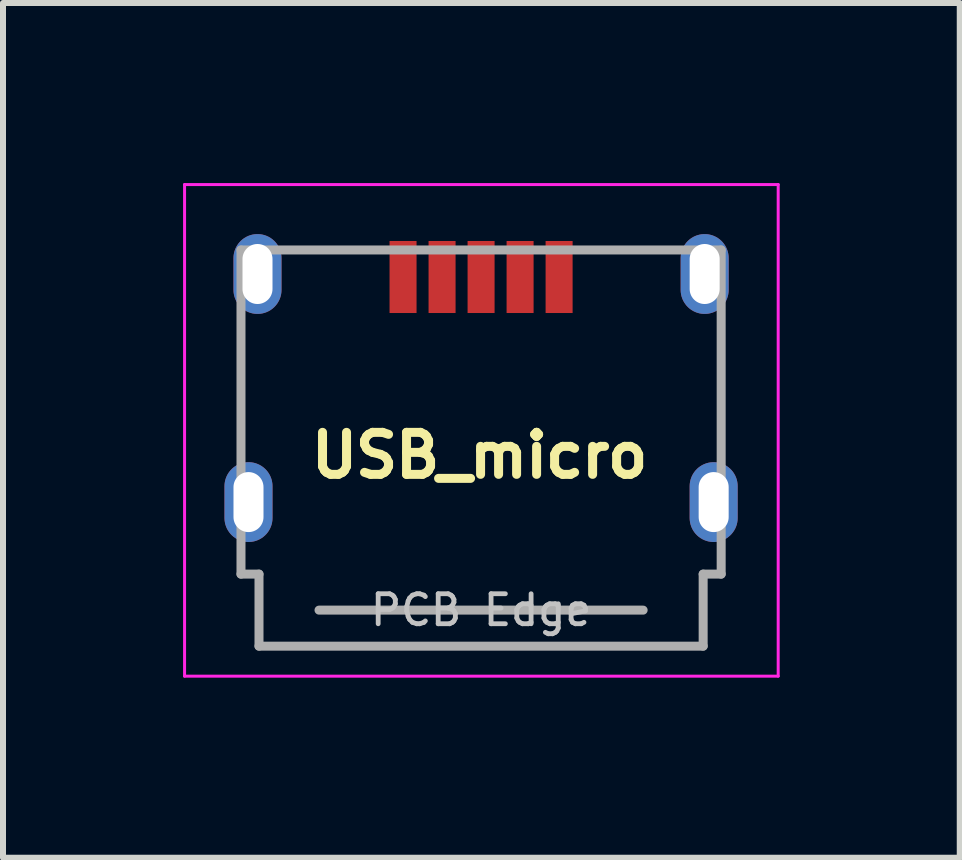
<source format=kicad_pcb>
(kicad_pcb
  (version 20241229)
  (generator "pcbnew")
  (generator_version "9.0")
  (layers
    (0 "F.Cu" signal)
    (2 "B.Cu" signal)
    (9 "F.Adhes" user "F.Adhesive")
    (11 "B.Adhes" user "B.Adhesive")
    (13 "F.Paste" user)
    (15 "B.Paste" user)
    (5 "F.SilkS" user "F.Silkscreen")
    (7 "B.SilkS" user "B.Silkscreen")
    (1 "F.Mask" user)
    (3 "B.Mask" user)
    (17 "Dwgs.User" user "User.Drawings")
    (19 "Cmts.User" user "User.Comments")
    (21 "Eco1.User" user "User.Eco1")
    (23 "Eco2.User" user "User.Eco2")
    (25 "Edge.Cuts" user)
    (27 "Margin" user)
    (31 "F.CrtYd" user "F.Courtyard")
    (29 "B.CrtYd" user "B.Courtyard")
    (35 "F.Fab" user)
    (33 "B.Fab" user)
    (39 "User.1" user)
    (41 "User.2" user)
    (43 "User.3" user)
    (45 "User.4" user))
  (footprint "USB_micro"
    (layer "F.Cu")
    (at 4.965 6.975)
    (property "Reference" "USB_micro" (at -0.025 -2.438 0) (layer "F.SilkS") (effects (font (size 0.7 0.7) (thickness 0.15))))
    (attr smd)
    (fp_line (start -4.94 -6.95) (end -4.94 1.24) (stroke (width 0.05) (type solid)) (layer "F.CrtYd"))
    (fp_line (start -4.94 1.24) (end 4.95 1.24) (stroke (width 0.05) (type solid)) (layer "F.CrtYd"))
    (fp_line (start 4.95 -6.95) (end -4.94 -6.95) (stroke (width 0.05) (type solid)) (layer "F.CrtYd"))
    (fp_line (start 4.95 1.24) (end 4.95 -6.95) (stroke (width 0.05) (type solid)) (layer "F.CrtYd"))
    (fp_line (start -4 -5.86) (end -4 -0.46) (stroke (width 0.15) (type solid)) (layer "F.Fab"))
    (fp_line (start -4 -0.46) (end -3.7 -0.46) (stroke (width 0.15) (type solid)) (layer "F.Fab"))
    (fp_line (start -3.7 -0.46) (end -3.7 0.74) (stroke (width 0.15) (type solid)) (layer "F.Fab"))
    (fp_line (start -3.7 0.74) (end 3.7 0.74) (stroke (width 0.15) (type solid)) (layer "F.Fab"))
    (fp_line (start -2.7 0.14) (end 2.7 0.14) (stroke (width 0.15) (type solid)) (layer "F.Fab"))
    (fp_line (start 3.7 -0.46) (end 4 -0.46) (stroke (width 0.15) (type solid)) (layer "F.Fab"))
    (fp_line (start 3.7 0.74) (end 3.7 -0.46) (stroke (width 0.15) (type solid)) (layer "F.Fab"))
    (fp_line (start 4 -5.86) (end -4 -5.86) (stroke (width 0.15) (type solid)) (layer "F.Fab"))
    (fp_line (start 4 -0.46) (end 4 -5.86) (stroke (width 0.15) (type solid)) (layer "F.Fab"))
    (fp_text user "PCB Edge" (at 0 0.14 0) (layer "Dwgs.User") (effects (font (size 0.5 0.5) (thickness 0.08))))
    (pad "" thru_hole oval (at -3.875 -1.66) (size 0.8 1.33) (drill oval 0.5 1) (layers "*.Cu" "*.Mask"))
    (pad "" thru_hole oval (at 3.725 -5.46) (size 0.8 1.33) (drill oval 0.5 1) (layers "*.Cu" "*.Mask"))
    (pad "" thru_hole oval (at 3.875 -1.66) (size 0.8 1.33) (drill oval 0.5 1) (layers "*.Cu" "*.Mask"))
    (pad "1" smd rect (at -1.3 -5.41) (size 0.45 1.2) (layers "F.Cu" "F.Mask" "F.Paste"))
    (pad "2" smd rect (at -0.65 -5.41) (size 0.45 1.2) (layers "F.Cu" "F.Mask" "F.Paste"))
    (pad "3" smd rect (at 0 -5.41) (size 0.45 1.2) (layers "F.Cu" "F.Mask" "F.Paste"))
    (pad "4" smd rect (at 0.65 -5.41) (size 0.45 1.2) (layers "F.Cu" "F.Mask" "F.Paste"))
    (pad "5" smd rect (at 1.3 -5.41) (size 0.45 1.2) (layers "F.Cu" "F.Mask" "F.Paste"))
    (pad "6" thru_hole oval (at -3.725 -5.46) (size 0.8 1.33) (drill oval 0.5 1) (layers "*.Cu" "*.Mask")))
  (gr_rect
    (start -3 -3)
    (end 12.94 11.24)
    (stroke (width 0.1) (type default))
    (fill no)
    (layer "Edge.Cuts")))
</source>
